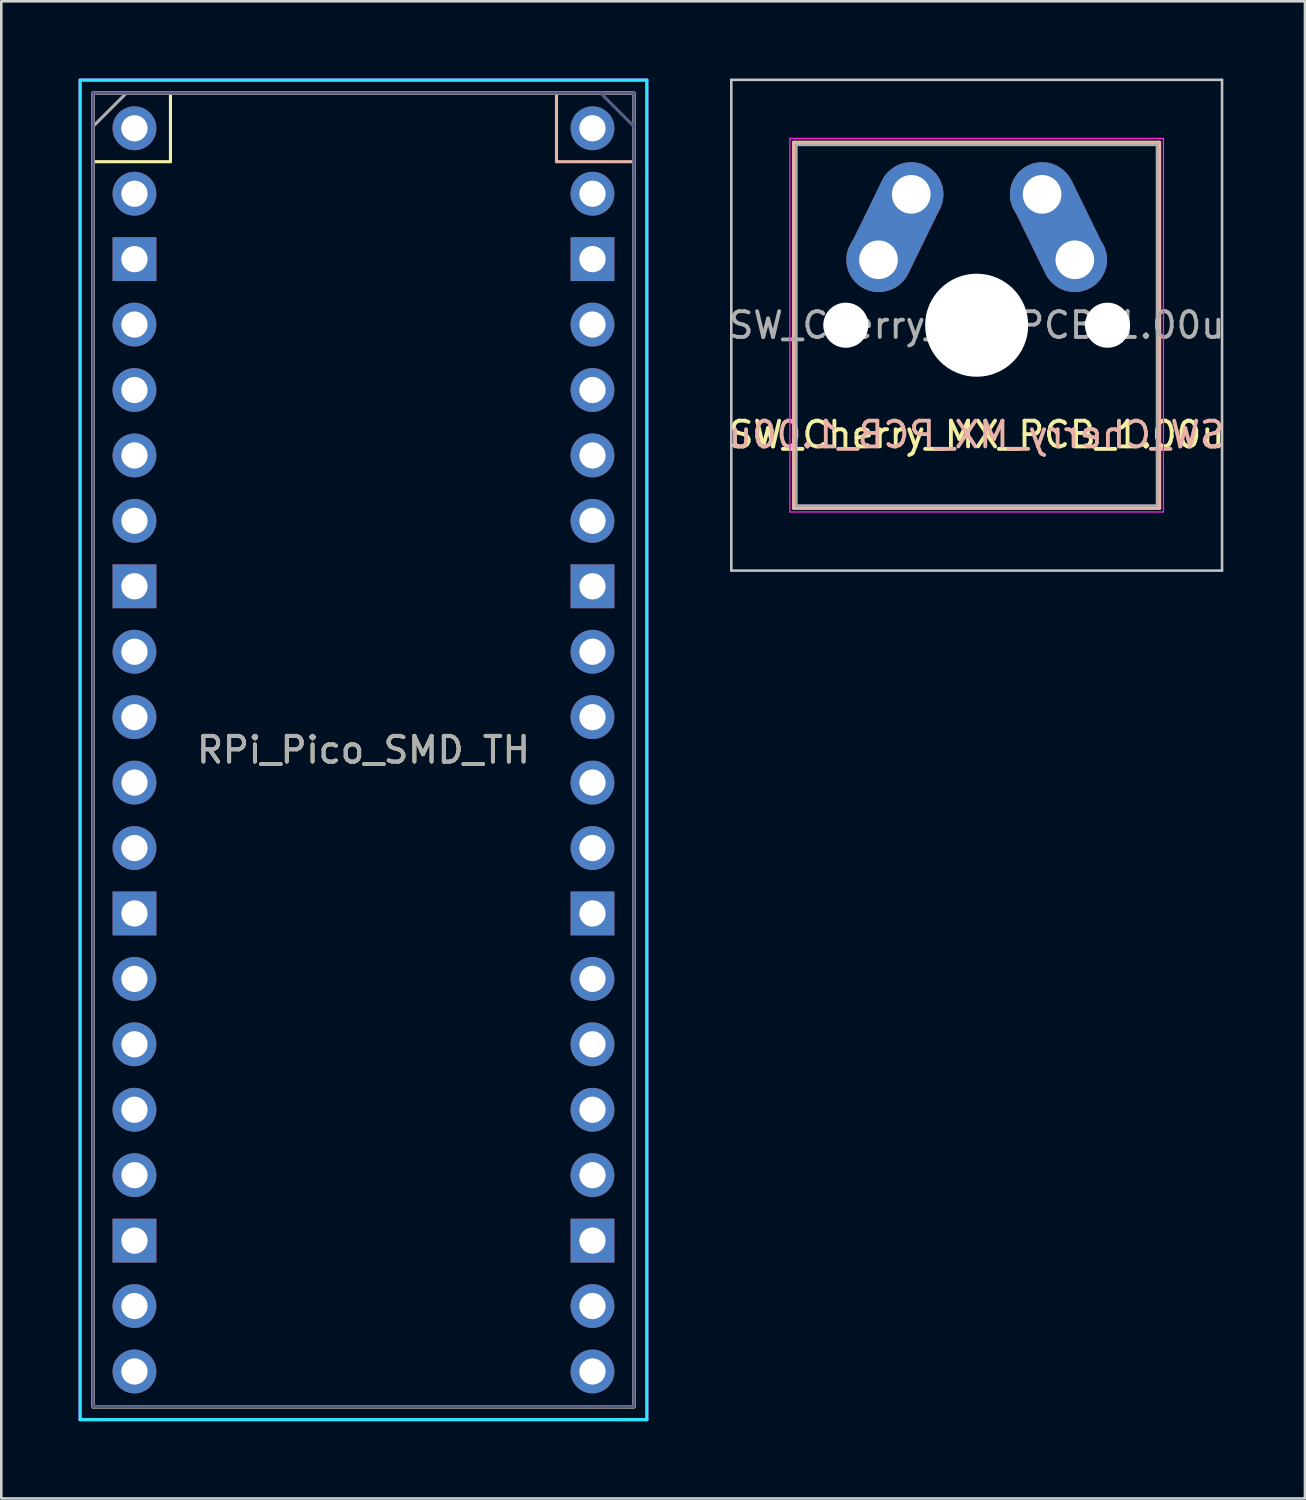
<source format=kicad_pcb>
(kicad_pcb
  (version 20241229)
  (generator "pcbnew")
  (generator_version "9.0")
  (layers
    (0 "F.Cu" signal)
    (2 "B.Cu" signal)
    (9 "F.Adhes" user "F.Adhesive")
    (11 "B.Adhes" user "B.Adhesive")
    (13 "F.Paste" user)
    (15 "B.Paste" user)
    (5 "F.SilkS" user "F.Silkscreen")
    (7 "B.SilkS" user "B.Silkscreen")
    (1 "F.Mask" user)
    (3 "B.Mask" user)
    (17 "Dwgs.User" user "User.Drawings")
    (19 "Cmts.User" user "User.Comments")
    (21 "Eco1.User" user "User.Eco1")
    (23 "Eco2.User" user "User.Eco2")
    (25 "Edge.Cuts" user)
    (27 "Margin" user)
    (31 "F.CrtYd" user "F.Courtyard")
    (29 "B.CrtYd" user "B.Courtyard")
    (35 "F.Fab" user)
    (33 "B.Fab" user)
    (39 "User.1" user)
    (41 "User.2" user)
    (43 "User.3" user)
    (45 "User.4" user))
  (footprint "RPi_Pico_SMD_TH"
    (layer "F.Cu")
    (at 11.06 26.06)
    (property "Reference" "RPi_Pico_SMD_TH" (at 0 0 0) (layer "F.SilkS") (effects (font (size 1 1) (thickness 0.15))))
    (attr through_hole)
    (fp_line (start -10.5 -25.5) (end -10.5 25.5) (stroke (width 0.12) (type solid)) (layer "F.SilkS"))
    (fp_line (start -10.5 -25.5) (end 10.5 -25.5) (stroke (width 0.12) (type solid)) (layer "F.SilkS"))
    (fp_line (start -10.5 -22.833) (end -7.493 -22.833) (stroke (width 0.12) (type solid)) (layer "F.SilkS"))
    (fp_line (start -7.493 -22.833) (end -7.493 -25.5) (stroke (width 0.12) (type solid)) (layer "F.SilkS"))
    (fp_line (start 10.5 -25.5) (end 10.5 25.5) (stroke (width 0.12) (type solid)) (layer "F.SilkS"))
    (fp_line (start 10.5 25.5) (end -10.5 25.5) (stroke (width 0.12) (type solid)) (layer "F.SilkS"))
    (fp_line (start -10.5 -25.5) (end -10.5 25.5) (stroke (width 0.12) (type solid)) (layer "B.SilkS"))
    (fp_line (start -10.5 25.5) (end 10.5 25.5) (stroke (width 0.12) (type solid)) (layer "B.SilkS"))
    (fp_line (start 7.493 -22.833) (end 7.493 -25.5) (stroke (width 0.12) (type solid)) (layer "B.SilkS"))
    (fp_line (start 10.5 -25.5) (end -10.5 -25.5) (stroke (width 0.12) (type solid)) (layer "B.SilkS"))
    (fp_line (start 10.5 -25.5) (end 10.5 25.5) (stroke (width 0.12) (type solid)) (layer "B.SilkS"))
    (fp_line (start 10.5 -22.833) (end 7.493 -22.833) (stroke (width 0.12) (type solid)) (layer "B.SilkS"))
    (fp_line (start -11 -26) (end -11 26) (stroke (width 0.12) (type solid)) (layer "B.CrtYd"))
    (fp_line (start -11 26) (end 11 26) (stroke (width 0.12) (type solid)) (layer "B.CrtYd"))
    (fp_line (start 11 -26) (end -11 -26) (stroke (width 0.12) (type solid)) (layer "B.CrtYd"))
    (fp_line (start 11 26) (end 11 -26) (stroke (width 0.12) (type solid)) (layer "B.CrtYd"))
    (fp_line (start -11 -26) (end 11 -26) (stroke (width 0.12) (type solid)) (layer "F.CrtYd"))
    (fp_line (start -11 26) (end -11 -26) (stroke (width 0.12) (type solid)) (layer "F.CrtYd"))
    (fp_line (start 11 -26) (end 11 26) (stroke (width 0.12) (type solid)) (layer "F.CrtYd"))
    (fp_line (start 11 26) (end -11 26) (stroke (width 0.12) (type solid)) (layer "F.CrtYd"))
    (fp_line (start -10.5 -25.5) (end -10.5 25.5) (stroke (width 0.12) (type solid)) (layer "B.Fab"))
    (fp_line (start -10.5 25.5) (end 10.5 25.5) (stroke (width 0.12) (type solid)) (layer "B.Fab"))
    (fp_line (start 10.5 -25.5) (end -10.5 -25.5) (stroke (width 0.12) (type solid)) (layer "B.Fab"))
    (fp_line (start 10.5 -24.2) (end 9.2 -25.5) (stroke (width 0.12) (type solid)) (layer "B.Fab"))
    (fp_line (start 10.5 25.5) (end 10.5 -25.5) (stroke (width 0.12) (type solid)) (layer "B.Fab"))
    (fp_line (start -10.5 -25.5) (end 10.5 -25.5) (stroke (width 0.12) (type solid)) (layer "F.Fab"))
    (fp_line (start -10.5 -24.2) (end -9.2 -25.5) (stroke (width 0.12) (type solid)) (layer "F.Fab"))
    (fp_line (start -10.5 25.5) (end -10.5 -25.5) (stroke (width 0.12) (type solid)) (layer "F.Fab"))
    (fp_line (start 10.5 -25.5) (end 10.5 25.5) (stroke (width 0.12) (type solid)) (layer "F.Fab"))
    (fp_line (start 10.5 25.5) (end -10.5 25.5) (stroke (width 0.12) (type solid)) (layer "F.Fab"))
    (fp_text user "${REFERENCE}" (at 0 0 0) (layer "F.Fab") (effects (font (size 1 1) (thickness 0.15))))
    (pad "1" thru_hole oval (at -8.89 -24.13) (size 1.7 1.7) (drill 1.02) (layers "*.Cu" "*.Mask"))
    (pad "2" thru_hole oval (at -8.89 -21.59) (size 1.7 1.7) (drill 1.02) (layers "*.Cu" "*.Mask"))
    (pad "3" thru_hole rect (at -8.89 -19.05) (size 1.7 1.7) (drill 1.02) (layers "*.Cu" "*.Mask"))
    (pad "4" thru_hole oval (at -8.89 -16.51) (size 1.7 1.7) (drill 1.02) (layers "*.Cu" "*.Mask"))
    (pad "5" thru_hole oval (at -8.89 -13.97) (size 1.7 1.7) (drill 1.02) (layers "*.Cu" "*.Mask"))
    (pad "6" thru_hole oval (at -8.89 -11.43) (size 1.7 1.7) (drill 1.02) (layers "*.Cu" "*.Mask"))
    (pad "7" thru_hole oval (at -8.89 -8.89) (size 1.7 1.7) (drill 1.02) (layers "*.Cu" "*.Mask"))
    (pad "8" thru_hole rect (at -8.89 -6.35) (size 1.7 1.7) (drill 1.02) (layers "*.Cu" "*.Mask"))
    (pad "9" thru_hole oval (at -8.89 -3.81) (size 1.7 1.7) (drill 1.02) (layers "*.Cu" "*.Mask"))
    (pad "10" thru_hole oval (at -8.89 -1.27) (size 1.7 1.7) (drill 1.02) (layers "*.Cu" "*.Mask"))
    (pad "11" thru_hole oval (at -8.89 1.27) (size 1.7 1.7) (drill 1.02) (layers "*.Cu" "*.Mask"))
    (pad "12" thru_hole oval (at -8.89 3.81) (size 1.7 1.7) (drill 1.02) (layers "*.Cu" "*.Mask"))
    (pad "13" thru_hole rect (at -8.89 6.35) (size 1.7 1.7) (drill 1.02) (layers "*.Cu" "*.Mask"))
    (pad "14" thru_hole oval (at -8.89 8.89) (size 1.7 1.7) (drill 1.02) (layers "*.Cu" "*.Mask"))
    (pad "15" thru_hole oval (at -8.89 11.43) (size 1.7 1.7) (drill 1.02) (layers "*.Cu" "*.Mask"))
    (pad "16" thru_hole oval (at -8.89 13.97) (size 1.7 1.7) (drill 1.02) (layers "*.Cu" "*.Mask"))
    (pad "17" thru_hole oval (at -8.89 16.51) (size 1.7 1.7) (drill 1.02) (layers "*.Cu" "*.Mask"))
    (pad "18" thru_hole rect (at -8.89 19.05) (size 1.7 1.7) (drill 1.02) (layers "*.Cu" "*.Mask"))
    (pad "19" thru_hole oval (at -8.89 21.59) (size 1.7 1.7) (drill 1.02) (layers "*.Cu" "*.Mask"))
    (pad "20" thru_hole oval (at -8.89 24.13) (size 1.7 1.7) (drill 1.02) (layers "*.Cu" "*.Mask"))
    (pad "21" thru_hole oval (at 8.89 24.13) (size 1.7 1.7) (drill 1.02) (layers "*.Cu" "*.Mask"))
    (pad "22" thru_hole oval (at 8.89 21.59) (size 1.7 1.7) (drill 1.02) (layers "*.Cu" "*.Mask"))
    (pad "23" thru_hole rect (at 8.89 19.05) (size 1.7 1.7) (drill 1.02) (layers "*.Cu" "*.Mask"))
    (pad "24" thru_hole oval (at 8.89 16.51) (size 1.7 1.7) (drill 1.02) (layers "*.Cu" "*.Mask"))
    (pad "25" thru_hole oval (at 8.89 13.97) (size 1.7 1.7) (drill 1.02) (layers "*.Cu" "*.Mask"))
    (pad "26" thru_hole oval (at 8.89 11.43) (size 1.7 1.7) (drill 1.02) (layers "*.Cu" "*.Mask"))
    (pad "27" thru_hole oval (at 8.89 8.89) (size 1.7 1.7) (drill 1.02) (layers "*.Cu" "*.Mask"))
    (pad "28" thru_hole rect (at 8.89 6.35) (size 1.7 1.7) (drill 1.02) (layers "*.Cu" "*.Mask"))
    (pad "29" thru_hole oval (at 8.89 3.81) (size 1.7 1.7) (drill 1.02) (layers "*.Cu" "*.Mask"))
    (pad "30" thru_hole oval (at 8.89 1.27) (size 1.7 1.7) (drill 1.02) (layers "*.Cu" "*.Mask"))
    (pad "31" thru_hole oval (at 8.89 -1.27) (size 1.7 1.7) (drill 1.02) (layers "*.Cu" "*.Mask"))
    (pad "32" thru_hole oval (at 8.89 -3.81) (size 1.7 1.7) (drill 1.02) (layers "*.Cu" "*.Mask"))
    (pad "33" thru_hole rect (at 8.89 -6.35) (size 1.7 1.7) (drill 1.02) (layers "*.Cu" "*.Mask"))
    (pad "34" thru_hole oval (at 8.89 -8.89) (size 1.7 1.7) (drill 1.02) (layers "*.Cu" "*.Mask"))
    (pad "35" thru_hole oval (at 8.89 -11.43) (size 1.7 1.7) (drill 1.02) (layers "*.Cu" "*.Mask"))
    (pad "36" thru_hole oval (at 8.89 -13.97) (size 1.7 1.7) (drill 1.02) (layers "*.Cu" "*.Mask"))
    (pad "37" thru_hole oval (at 8.89 -16.51) (size 1.7 1.7) (drill 1.02) (layers "*.Cu" "*.Mask"))
    (pad "38" thru_hole rect (at 8.89 -19.05) (size 1.7 1.7) (drill 1.02) (layers "*.Cu" "*.Mask"))
    (pad "39" thru_hole oval (at 8.89 -21.59) (size 1.7 1.7) (drill 1.02) (layers "*.Cu" "*.Mask"))
    (pad "40" thru_hole oval (at 8.89 -24.13) (size 1.7 1.7) (drill 1.02) (layers "*.Cu" "*.Mask")))
  (footprint "SW_Cherry_MX_PCB_1.00u"
    (layer "F.Cu")
    (at 34.864 9.575)
    (property "Reference" "SW_Cherry_MX_PCB_1.00u" (at 0 4.25 0) (layer "F.SilkS") (effects (font (size 1 1) (thickness 0.15))))
    (attr through_hole)
    (fp_line (start -7.1 -7.1) (end -7.1 7.1) (stroke (width 0.12) (type solid)) (layer "F.SilkS"))
    (fp_line (start -7.1 7.1) (end 7.1 7.1) (stroke (width 0.12) (type solid)) (layer "F.SilkS"))
    (fp_line (start 7.1 -7.1) (end -7.1 -7.1) (stroke (width 0.12) (type solid)) (layer "F.SilkS"))
    (fp_line (start 7.1 7.1) (end 7.1 -7.1) (stroke (width 0.12) (type solid)) (layer "F.SilkS"))
    (fp_line (start -7.1 -7.1) (end 7.1 -7.1) (stroke (width 0.12) (type solid)) (layer "B.SilkS"))
    (fp_line (start -7.1 7.1) (end -7.1 -7.1) (stroke (width 0.12) (type solid)) (layer "B.SilkS"))
    (fp_line (start 7.1 -7.1) (end 7.1 7.1) (stroke (width 0.12) (type solid)) (layer "B.SilkS"))
    (fp_line (start 7.1 7.1) (end -7.1 7.1) (stroke (width 0.12) (type solid)) (layer "B.SilkS"))
    (fp_line (start -9.525 -9.525) (end -9.525 9.525) (stroke (width 0.1) (type solid)) (layer "Dwgs.User"))
    (fp_line (start -9.525 9.525) (end 9.525 9.525) (stroke (width 0.1) (type solid)) (layer "Dwgs.User"))
    (fp_line (start 9.525 -9.525) (end -9.525 -9.525) (stroke (width 0.1) (type solid)) (layer "Dwgs.User"))
    (fp_line (start 9.525 9.525) (end 9.525 -9.525) (stroke (width 0.1) (type solid)) (layer "Dwgs.User"))
    (fp_line (start -7 -7) (end -7 7) (stroke (width 0.1) (type solid)) (layer "Eco1.User"))
    (fp_line (start -7 7) (end 7 7) (stroke (width 0.1) (type solid)) (layer "Eco1.User"))
    (fp_line (start 7 -7) (end -7 -7) (stroke (width 0.1) (type solid)) (layer "Eco1.User"))
    (fp_line (start 7 7) (end 7 -7) (stroke (width 0.1) (type solid)) (layer "Eco1.User"))
    (fp_line (start -7.25 -7.25) (end -7.25 7.25) (stroke (width 0.05) (type solid)) (layer "F.CrtYd"))
    (fp_line (start -7.25 7.25) (end 7.25 7.25) (stroke (width 0.05) (type solid)) (layer "F.CrtYd"))
    (fp_line (start 7.25 -7.25) (end -7.25 -7.25) (stroke (width 0.05) (type solid)) (layer "F.CrtYd"))
    (fp_line (start 7.25 7.25) (end 7.25 -7.25) (stroke (width 0.05) (type solid)) (layer "F.CrtYd"))
    (fp_line (start -7 -7) (end -7 7) (stroke (width 0.1) (type solid)) (layer "F.Fab"))
    (fp_line (start -7 7) (end 7 7) (stroke (width 0.1) (type solid)) (layer "F.Fab"))
    (fp_line (start 7 -7) (end -7 -7) (stroke (width 0.1) (type solid)) (layer "F.Fab"))
    (fp_line (start 7 7) (end 7 -7) (stroke (width 0.1) (type solid)) (layer "F.Fab"))
    (fp_text user "${REFERENCE}" (at 0 4.25 0) (layer "B.SilkS") (effects (font (size 1 1) (thickness 0.15)) (justify mirror)))
    (fp_text user "${REFERENCE}" (at 0 0 0) (layer "F.Fab") (effects (font (size 1 1) (thickness 0.15))))
    (pad "" np_thru_hole circle (at -5.08 0) (size 1.75 1.75) (drill 1.75) (layers "*.Cu" "*.Mask"))
    (pad "" np_thru_hole circle (at 0 0) (size 4 4) (drill 4) (layers "*.Cu" "*.Mask"))
    (pad "" np_thru_hole circle (at 5.08 0) (size 1.75 1.75) (drill 1.75) (layers "*.Cu" "*.Mask"))
    (pad "1" thru_hole circle (at -3.81 -2.54) (size 2.5 2.5) (drill 1.5) (layers "*.Cu" "B.Mask"))
    (pad "1" connect oval (at -3.177 -3.79 64) (size 5.25 2.5) (layers "B.Cu" "B.Mask"))
    (pad "1" connect oval (at -3.17 -3.785 64) (size 5.25 2.5) (layers "F.Cu" "F.Mask"))
    (pad "1" thru_hole circle (at -2.54 -5.08) (size 2.5 2.5) (drill 1.5) (layers "*.Cu" "F.Mask"))
    (pad "2" thru_hole circle (at 2.54 -5.08) (size 2.5 2.5) (drill 1.5) (layers "*.Cu" "B.Mask"))
    (pad "2" connect oval (at 3.182 -3.8 116) (size 5.25 2.5) (layers "B.Cu" "B.Mask"))
    (pad "2" connect oval (at 3.189 -3.778 116) (size 5.25 2.5) (layers "F.Cu" "F.Mask"))
    (pad "2" thru_hole circle (at 3.81 -2.54) (size 2.5 2.5) (drill 1.5) (layers "*.Cu" "F.Mask")))
  (gr_rect
    (start -3 -3)
    (end 47.608 55.12)
    (stroke (width 0.1) (type default))
    (fill no)
    (layer "Edge.Cuts")))
</source>
